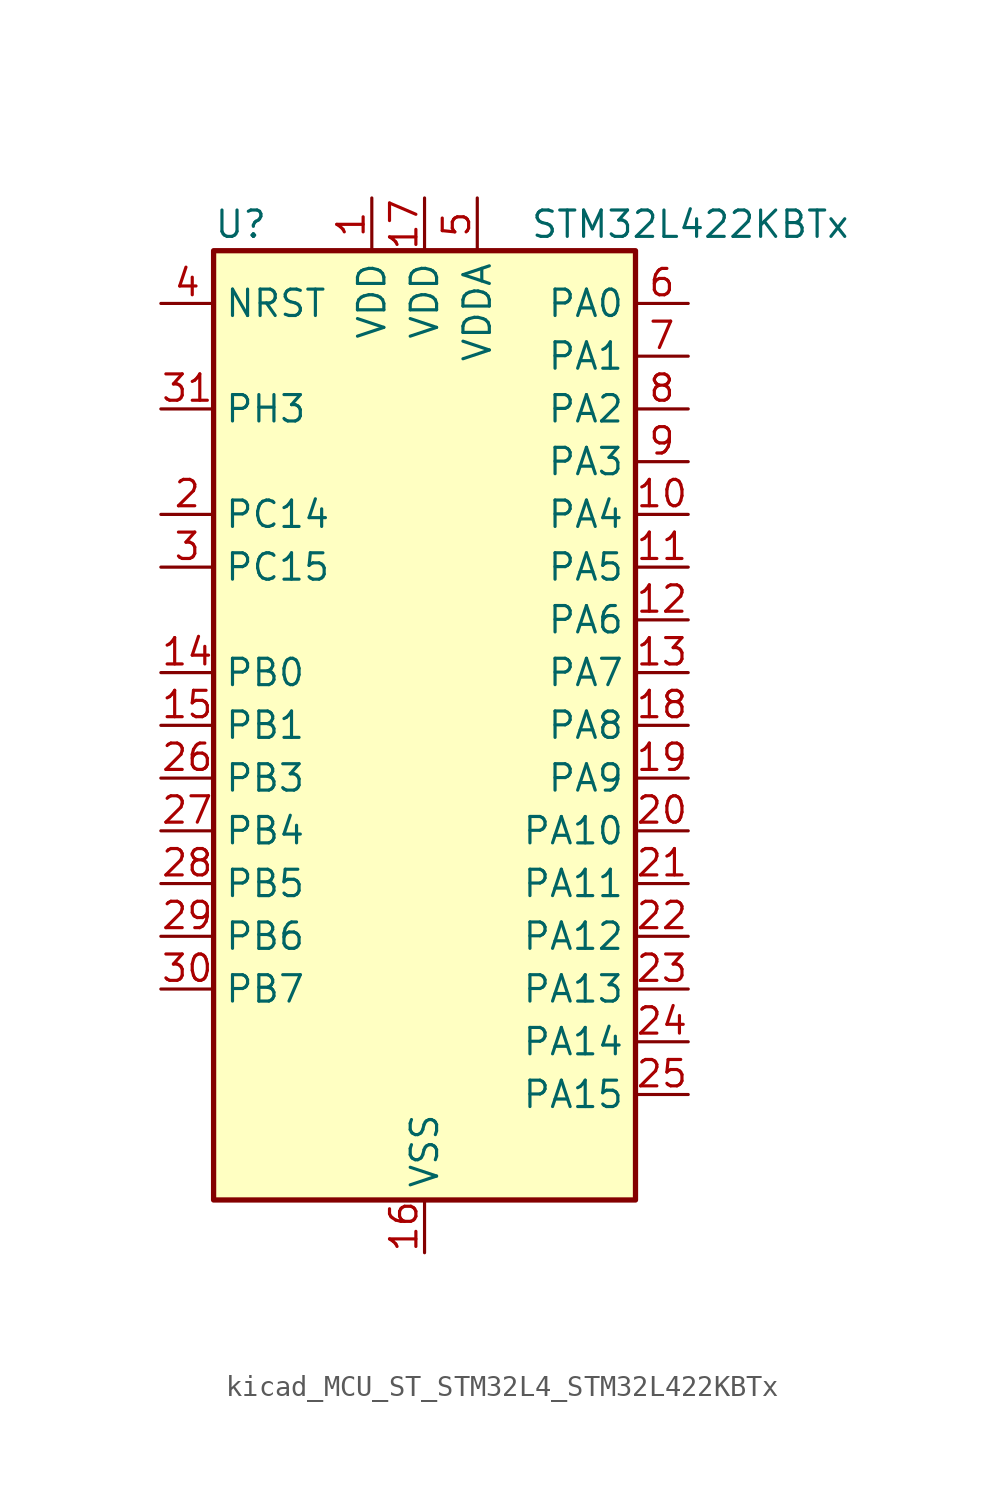
<source format=kicad_sym>
(kicad_symbol_lib
  (version 20220914)
  (generator kicad_symbol_editor)
  (symbol "kicad_MCU_ST_STM32L4_STM32L422KBTx"
    (property "Reference" "U"
      (at -10.16 24.13 0)
      (effects (font (size 1.27 1.27)) (justify left)))
    (property "Value" "STM32L422KBTx"
      (at 5.08 24.13 0)
      (effects (font (size 1.27 1.27)) (justify left)))
    (property "ki_locked" ""
      (at 0 0 0)
      (effects (font (size 1.27 1.27))))
    (symbol "kicad_MCU_ST_STM32L4_STM32L422KBTx_0_1"
      (rectangle (start -10.16 -22.86) (end 10.16 22.86) (stroke (width 0.254) (type default)) (fill (type background))))
    (symbol "kicad_MCU_ST_STM32L4_STM32L422KBTx_1_1"
      (pin power_in line (at -2.54 25.4 270) (length 2.54) (name "VDD" (effects (font (size 1.27 1.27)))) (number "1" (effects (font (size 1.27 1.27)))))
      (pin bidirectional line (at 12.7 10.16 180) (length 2.54) (name "PA4" (effects (font (size 1.27 1.27)))) (number "10" (effects (font (size 1.27 1.27)))) (alternate "ADC1_IN9" bidirectional line) (alternate "ADC2_IN9" bidirectional line) (alternate "COMP1_INM" bidirectional line) (alternate "LPTIM2_OUT" bidirectional line) (alternate "SPI1_NSS" bidirectional line) (alternate "USART2_CK" bidirectional line))
      (pin bidirectional line (at 12.7 7.62 180) (length 2.54) (name "PA5" (effects (font (size 1.27 1.27)))) (number "11" (effects (font (size 1.27 1.27)))) (alternate "ADC1_IN10" bidirectional line) (alternate "ADC2_IN10" bidirectional line) (alternate "COMP1_INM" bidirectional line) (alternate "LPTIM2_ETR" bidirectional line) (alternate "SPI1_SCK" bidirectional line) (alternate "TIM2_CH1" bidirectional line) (alternate "TIM2_ETR" bidirectional line))
      (pin bidirectional line (at 12.7 5.08 180) (length 2.54) (name "PA6" (effects (font (size 1.27 1.27)))) (number "12" (effects (font (size 1.27 1.27)))) (alternate "ADC1_IN11" bidirectional line) (alternate "ADC2_IN11" bidirectional line) (alternate "COMP1_OUT" bidirectional line) (alternate "LPUART1_CTS" bidirectional line) (alternate "QUADSPI_BK1_IO3" bidirectional line) (alternate "SPI1_MISO" bidirectional line) (alternate "TIM16_CH1" bidirectional line) (alternate "TIM1_BKIN" bidirectional line))
      (pin bidirectional line (at 12.7 2.54 180) (length 2.54) (name "PA7" (effects (font (size 1.27 1.27)))) (number "13" (effects (font (size 1.27 1.27)))) (alternate "ADC1_IN12" bidirectional line) (alternate "ADC2_IN12" bidirectional line) (alternate "I2C3_SCL" bidirectional line) (alternate "QUADSPI_BK1_IO2" bidirectional line) (alternate "SPI1_MOSI" bidirectional line) (alternate "TIM1_CH1N" bidirectional line))
      (pin bidirectional line (at -12.7 2.54 0) (length 2.54) (name "PB0" (effects (font (size 1.27 1.27)))) (number "14" (effects (font (size 1.27 1.27)))) (alternate "ADC1_IN15" bidirectional line) (alternate "ADC2_IN15" bidirectional line) (alternate "COMP1_OUT" bidirectional line) (alternate "QUADSPI_BK1_IO1" bidirectional line) (alternate "SPI1_NSS" bidirectional line) (alternate "SYS_TRACED0" bidirectional line) (alternate "TIM1_CH2N" bidirectional line))
      (pin bidirectional line (at -12.7 0 0) (length 2.54) (name "PB1" (effects (font (size 1.27 1.27)))) (number "15" (effects (font (size 1.27 1.27)))) (alternate "ADC1_IN16" bidirectional line) (alternate "ADC2_IN16" bidirectional line) (alternate "COMP1_INM" bidirectional line) (alternate "LPTIM2_IN1" bidirectional line) (alternate "LPUART1_DE" bidirectional line) (alternate "LPUART1_RTS" bidirectional line) (alternate "QUADSPI_BK1_IO0" bidirectional line) (alternate "SYS_TRACED1" bidirectional line) (alternate "TIM1_CH3N" bidirectional line))
      (pin power_in line (at 0 -25.4 90) (length 2.54) (name "VSS" (effects (font (size 1.27 1.27)))) (number "16" (effects (font (size 1.27 1.27)))))
      (pin power_in line (at 0 25.4 270) (length 2.54) (name "VDD" (effects (font (size 1.27 1.27)))) (number "17" (effects (font (size 1.27 1.27)))))
      (pin bidirectional line (at 12.7 0 180) (length 2.54) (name "PA8" (effects (font (size 1.27 1.27)))) (number "18" (effects (font (size 1.27 1.27)))) (alternate "LPTIM2_OUT" bidirectional line) (alternate "RCC_MCO" bidirectional line) (alternate "TIM1_CH1" bidirectional line) (alternate "USART1_CK" bidirectional line))
      (pin bidirectional line (at 12.7 -2.54 180) (length 2.54) (name "PA9" (effects (font (size 1.27 1.27)))) (number "19" (effects (font (size 1.27 1.27)))) (alternate "I2C1_SCL" bidirectional line) (alternate "TIM15_BKIN" bidirectional line) (alternate "TIM1_CH2" bidirectional line) (alternate "USART1_TX" bidirectional line))
      (pin bidirectional line (at -12.7 10.16 0) (length 2.54) (name "PC14" (effects (font (size 1.27 1.27)))) (number "2" (effects (font (size 1.27 1.27)))) (alternate "RCC_OSC32_IN" bidirectional line))
      (pin bidirectional line (at 12.7 -5.08 180) (length 2.54) (name "PA10" (effects (font (size 1.27 1.27)))) (number "20" (effects (font (size 1.27 1.27)))) (alternate "CRS_SYNC" bidirectional line) (alternate "I2C1_SDA" bidirectional line) (alternate "TIM1_CH3" bidirectional line) (alternate "USART1_RX" bidirectional line))
      (pin bidirectional line (at 12.7 -7.62 180) (length 2.54) (name "PA11" (effects (font (size 1.27 1.27)))) (number "21" (effects (font (size 1.27 1.27)))) (alternate "ADC1_EXTI11" bidirectional line) (alternate "ADC2_EXTI11" bidirectional line) (alternate "COMP1_OUT" bidirectional line) (alternate "SPI1_MISO" bidirectional line) (alternate "TIM1_BKIN2" bidirectional line) (alternate "TIM1_BKIN2_COMP1" bidirectional line) (alternate "TIM1_CH4" bidirectional line) (alternate "USART1_CTS" bidirectional line) (alternate "USB_DM" bidirectional line))
      (pin bidirectional line (at 12.7 -10.16 180) (length 2.54) (name "PA12" (effects (font (size 1.27 1.27)))) (number "22" (effects (font (size 1.27 1.27)))) (alternate "SPI1_MOSI" bidirectional line) (alternate "TIM1_ETR" bidirectional line) (alternate "USART1_DE" bidirectional line) (alternate "USART1_RTS" bidirectional line) (alternate "USB_DP" bidirectional line))
      (pin bidirectional line (at 12.7 -12.7 180) (length 2.54) (name "PA13" (effects (font (size 1.27 1.27)))) (number "23" (effects (font (size 1.27 1.27)))) (alternate "IR_OUT" bidirectional line) (alternate "SYS_JTMS-SWDIO" bidirectional line) (alternate "USB_NOE" bidirectional line))
      (pin bidirectional line (at 12.7 -15.24 180) (length 2.54) (name "PA14" (effects (font (size 1.27 1.27)))) (number "24" (effects (font (size 1.27 1.27)))) (alternate "I2C1_SMBA" bidirectional line) (alternate "LPTIM1_OUT" bidirectional line) (alternate "SYS_JTCK-SWCLK" bidirectional line))
      (pin bidirectional line (at 12.7 -17.78 180) (length 2.54) (name "PA15" (effects (font (size 1.27 1.27)))) (number "25" (effects (font (size 1.27 1.27)))) (alternate "ADC1_EXTI15" bidirectional line) (alternate "ADC2_EXTI15" bidirectional line) (alternate "SPI1_NSS" bidirectional line) (alternate "SYS_JTDI" bidirectional line) (alternate "TIM2_CH1" bidirectional line) (alternate "TIM2_ETR" bidirectional line) (alternate "USART2_RX" bidirectional line))
      (pin bidirectional line (at -12.7 -2.54 0) (length 2.54) (name "PB3" (effects (font (size 1.27 1.27)))) (number "26" (effects (font (size 1.27 1.27)))) (alternate "SPI1_SCK" bidirectional line) (alternate "SYS_JTDO-SWO" bidirectional line) (alternate "TIM2_CH2" bidirectional line) (alternate "USART1_DE" bidirectional line) (alternate "USART1_RTS" bidirectional line))
      (pin bidirectional line (at -12.7 -5.08 0) (length 2.54) (name "PB4" (effects (font (size 1.27 1.27)))) (number "27" (effects (font (size 1.27 1.27)))) (alternate "I2C3_SDA" bidirectional line) (alternate "SPI1_MISO" bidirectional line) (alternate "SYS_JTRST" bidirectional line) (alternate "TSC_G2_IO1" bidirectional line) (alternate "USART1_CTS" bidirectional line))
      (pin bidirectional line (at -12.7 -7.62 0) (length 2.54) (name "PB5" (effects (font (size 1.27 1.27)))) (number "28" (effects (font (size 1.27 1.27)))) (alternate "I2C1_SMBA" bidirectional line) (alternate "LPTIM1_IN1" bidirectional line) (alternate "SPI1_MOSI" bidirectional line) (alternate "SYS_TRACED2" bidirectional line) (alternate "TIM16_BKIN" bidirectional line) (alternate "TSC_G2_IO2" bidirectional line) (alternate "USART1_CK" bidirectional line))
      (pin bidirectional line (at -12.7 -10.16 0) (length 2.54) (name "PB6" (effects (font (size 1.27 1.27)))) (number "29" (effects (font (size 1.27 1.27)))) (alternate "I2C1_SCL" bidirectional line) (alternate "LPTIM1_ETR" bidirectional line) (alternate "SYS_TRACED3" bidirectional line) (alternate "TIM16_CH1N" bidirectional line) (alternate "TSC_G2_IO3" bidirectional line) (alternate "USART1_TX" bidirectional line))
      (pin bidirectional line (at -12.7 7.62 0) (length 2.54) (name "PC15" (effects (font (size 1.27 1.27)))) (number "3" (effects (font (size 1.27 1.27)))) (alternate "ADC1_EXTI15" bidirectional line) (alternate "ADC2_EXTI15" bidirectional line) (alternate "RCC_OSC32_OUT" bidirectional line))
      (pin bidirectional line (at -12.7 -12.7 0) (length 2.54) (name "PB7" (effects (font (size 1.27 1.27)))) (number "30" (effects (font (size 1.27 1.27)))) (alternate "I2C1_SDA" bidirectional line) (alternate "LPTIM1_IN2" bidirectional line) (alternate "SYS_PVD_IN" bidirectional line) (alternate "SYS_TRACECLK" bidirectional line) (alternate "TSC_G2_IO4" bidirectional line) (alternate "USART1_RX" bidirectional line))
      (pin bidirectional line (at -12.7 15.24 0) (length 2.54) (name "PH3" (effects (font (size 1.27 1.27)))) (number "31" (effects (font (size 1.27 1.27)))))
      (pin passive line (at 0 -25.4 90) (length 2.54) hide (name "VSS" (effects (font (size 1.27 1.27)))) (number "32" (effects (font (size 1.27 1.27)))))
      (pin input line (at -12.7 20.32 0) (length 2.54) (name "NRST" (effects (font (size 1.27 1.27)))) (number "4" (effects (font (size 1.27 1.27)))))
      (pin power_in line (at 2.54 25.4 270) (length 2.54) (name "VDDA" (effects (font (size 1.27 1.27)))) (number "5" (effects (font (size 1.27 1.27)))))
      (pin bidirectional line (at 12.7 20.32 180) (length 2.54) (name "PA0" (effects (font (size 1.27 1.27)))) (number "6" (effects (font (size 1.27 1.27)))) (alternate "ADC1_IN5" bidirectional line) (alternate "COMP1_INM" bidirectional line) (alternate "COMP1_OUT" bidirectional line) (alternate "OPAMP1_VINP" bidirectional line) (alternate "RCC_CK_IN" bidirectional line) (alternate "RTC_TAMP2" bidirectional line) (alternate "SYS_WKUP1" bidirectional line) (alternate "TIM2_CH1" bidirectional line) (alternate "TIM2_ETR" bidirectional line) (alternate "USART2_CTS" bidirectional line))
      (pin bidirectional line (at 12.7 17.78 180) (length 2.54) (name "PA1" (effects (font (size 1.27 1.27)))) (number "7" (effects (font (size 1.27 1.27)))) (alternate "ADC1_IN6" bidirectional line) (alternate "COMP1_INP" bidirectional line) (alternate "I2C1_SMBA" bidirectional line) (alternate "OPAMP1_VINM" bidirectional line) (alternate "SPI1_SCK" bidirectional line) (alternate "TIM15_CH1N" bidirectional line) (alternate "TIM2_CH2" bidirectional line) (alternate "USART2_DE" bidirectional line) (alternate "USART2_RTS" bidirectional line))
      (pin bidirectional line (at 12.7 15.24 180) (length 2.54) (name "PA2" (effects (font (size 1.27 1.27)))) (number "8" (effects (font (size 1.27 1.27)))) (alternate "ADC1_IN7" bidirectional line) (alternate "ADC2_IN7" bidirectional line) (alternate "LPUART1_TX" bidirectional line) (alternate "QUADSPI_BK1_NCS" bidirectional line) (alternate "RCC_LSCO" bidirectional line) (alternate "SYS_WKUP4" bidirectional line) (alternate "TIM15_CH1" bidirectional line) (alternate "TIM2_CH3" bidirectional line) (alternate "USART2_TX" bidirectional line))
      (pin bidirectional line (at 12.7 12.7 180) (length 2.54) (name "PA3" (effects (font (size 1.27 1.27)))) (number "9" (effects (font (size 1.27 1.27)))) (alternate "ADC1_IN8" bidirectional line) (alternate "ADC2_IN8" bidirectional line) (alternate "LPUART1_RX" bidirectional line) (alternate "OPAMP1_VOUT" bidirectional line) (alternate "QUADSPI_CLK" bidirectional line) (alternate "TIM15_CH2" bidirectional line) (alternate "TIM2_CH4" bidirectional line) (alternate "USART2_RX" bidirectional line)))))
</source>
